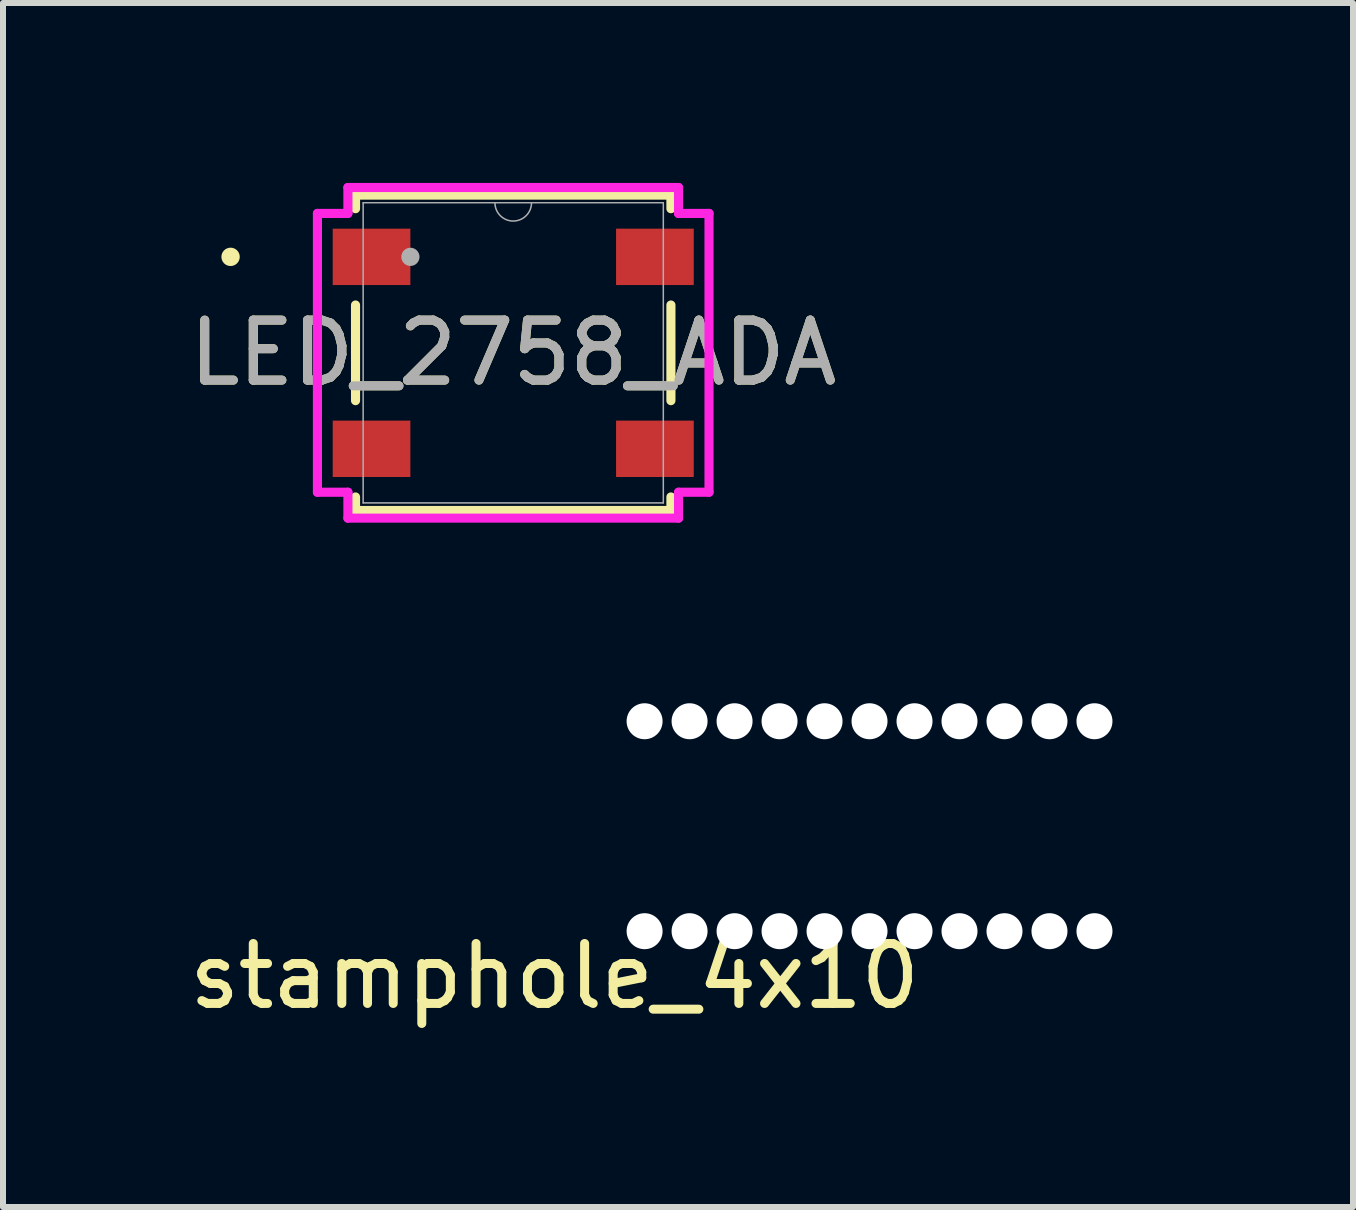
<source format=kicad_pcb>
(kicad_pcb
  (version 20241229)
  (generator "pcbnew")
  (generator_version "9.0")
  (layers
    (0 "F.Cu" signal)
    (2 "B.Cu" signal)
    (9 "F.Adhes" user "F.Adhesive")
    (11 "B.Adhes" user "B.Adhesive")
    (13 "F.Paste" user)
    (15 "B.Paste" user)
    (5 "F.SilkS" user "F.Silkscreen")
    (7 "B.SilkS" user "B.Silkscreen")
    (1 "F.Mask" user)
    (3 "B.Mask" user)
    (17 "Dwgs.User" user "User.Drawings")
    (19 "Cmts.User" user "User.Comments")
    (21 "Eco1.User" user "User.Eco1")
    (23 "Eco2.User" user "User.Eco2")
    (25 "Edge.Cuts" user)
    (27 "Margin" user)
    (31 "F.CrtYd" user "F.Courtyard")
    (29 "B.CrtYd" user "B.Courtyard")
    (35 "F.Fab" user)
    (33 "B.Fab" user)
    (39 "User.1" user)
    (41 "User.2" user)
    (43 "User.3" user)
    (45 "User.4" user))
  (footprint "stamphole_4x10"
    (layer "F.Cu")
    (at 6.196 12.724)
    (property "Reference" "stamphole_4x10" (at 0 0.5 0) (layer "F.SilkS") (effects (font (size 1 1) (thickness 0.15))))
    (attr through_hole)
    (fp_line (start 0.25 -4) (end 10.25 -4) (stroke (width 0.12) (type solid)) (layer "Eco1.User"))
    (fp_line (start 0.25 0) (end 10.25 0) (stroke (width 0.12) (type solid)) (layer "Eco1.User"))
    (fp_line (start 7.25 0) (end 10.25 0) (stroke (width 0.12) (type solid)) (layer "Eco1.User"))
    (fp_arc (start 0.25 -4) (mid 2.25 -2) (end 0.25 0) (stroke (width 0.12) (type solid)) (layer "Eco1.User"))
    (fp_arc (start 10.25 0) (mid 8.25 -2) (end 10.25 -4) (stroke (width 0.12) (type solid)) (layer "Eco1.User"))
    (pad "" np_thru_hole circle (at 1.5 -3.75) (size 0.6 0.6) (drill 0.6) (layers "*.Cu" "*.Mask"))
    (pad "" np_thru_hole circle (at 1.5 -0.25) (size 0.6 0.6) (drill 0.6) (layers "*.Cu" "*.Mask"))
    (pad "" np_thru_hole circle (at 2.25 -3.75) (size 0.6 0.6) (drill 0.6) (layers "*.Cu" "*.Mask"))
    (pad "" np_thru_hole circle (at 2.25 -0.25) (size 0.6 0.6) (drill 0.6) (layers "*.Cu" "*.Mask"))
    (pad "" np_thru_hole circle (at 3 -3.75) (size 0.6 0.6) (drill 0.6) (layers "*.Cu" "*.Mask"))
    (pad "" np_thru_hole circle (at 3 -0.25) (size 0.6 0.6) (drill 0.6) (layers "*.Cu" "*.Mask"))
    (pad "" np_thru_hole circle (at 3.75 -3.75) (size 0.6 0.6) (drill 0.6) (layers "*.Cu" "*.Mask"))
    (pad "" np_thru_hole circle (at 3.75 -0.25) (size 0.6 0.6) (drill 0.6) (layers "*.Cu" "*.Mask"))
    (pad "" np_thru_hole circle (at 4.5 -3.75) (size 0.6 0.6) (drill 0.6) (layers "*.Cu" "*.Mask"))
    (pad "" np_thru_hole circle (at 4.5 -0.25) (size 0.6 0.6) (drill 0.6) (layers "*.Cu" "*.Mask"))
    (pad "" np_thru_hole circle (at 5.25 -3.75) (size 0.6 0.6) (drill 0.6) (layers "*.Cu" "*.Mask"))
    (pad "" np_thru_hole circle (at 5.25 -0.25) (size 0.6 0.6) (drill 0.6) (layers "*.Cu" "*.Mask"))
    (pad "" np_thru_hole circle (at 6 -3.75) (size 0.6 0.6) (drill 0.6) (layers "*.Cu" "*.Mask"))
    (pad "" np_thru_hole circle (at 6 -0.25) (size 0.6 0.6) (drill 0.6) (layers "*.Cu" "*.Mask"))
    (pad "" np_thru_hole circle (at 6.75 -3.75) (size 0.6 0.6) (drill 0.6) (layers "*.Cu" "*.Mask"))
    (pad "" np_thru_hole circle (at 6.75 -0.25) (size 0.6 0.6) (drill 0.6) (layers "*.Cu" "*.Mask"))
    (pad "" np_thru_hole circle (at 7.5 -3.75) (size 0.6 0.6) (drill 0.6) (layers "*.Cu" "*.Mask"))
    (pad "" np_thru_hole circle (at 7.5 -0.25) (size 0.6 0.6) (drill 0.6) (layers "*.Cu" "*.Mask"))
    (pad "" np_thru_hole circle (at 8.25 -3.75) (size 0.6 0.6) (drill 0.6) (layers "*.Cu" "*.Mask"))
    (pad "" np_thru_hole circle (at 8.25 -0.25) (size 0.6 0.6) (drill 0.6) (layers "*.Cu" "*.Mask"))
    (pad "" np_thru_hole circle (at 9 -3.75) (size 0.6 0.6) (drill 0.6) (layers "*.Cu" "*.Mask"))
    (pad "" np_thru_hole circle (at 9 -0.25) (size 0.6 0.6) (drill 0.6) (layers "*.Cu" "*.Mask")))
  (footprint "LED_2758_ADA"
    (layer "F.Cu")
    (at 5.506 2.832)
    (property "Reference" "LED_2758_ADA" (at 0 0 0) (unlocked yes) (layer "F.SilkS") (effects (font (size 1 1) (thickness 0.15))))
    (attr smd)
    (fp_line (start -2.629 -2.629) (end -2.629 -2.403) (stroke (width 0.152) (type solid)) (layer "F.SilkS"))
    (fp_line (start -2.629 -0.797) (end -2.629 0.797) (stroke (width 0.152) (type solid)) (layer "F.SilkS"))
    (fp_line (start -2.629 2.403) (end -2.629 2.629) (stroke (width 0.152) (type solid)) (layer "F.SilkS"))
    (fp_line (start -2.629 2.629) (end 2.629 2.629) (stroke (width 0.152) (type solid)) (layer "F.SilkS"))
    (fp_line (start 2.629 -2.629) (end -2.629 -2.629) (stroke (width 0.152) (type solid)) (layer "F.SilkS"))
    (fp_line (start 2.629 -2.403) (end 2.629 -2.629) (stroke (width 0.152) (type solid)) (layer "F.SilkS"))
    (fp_line (start 2.629 0.797) (end 2.629 -0.797) (stroke (width 0.152) (type solid)) (layer "F.SilkS"))
    (fp_line (start 2.629 2.629) (end 2.629 2.403) (stroke (width 0.152) (type solid)) (layer "F.SilkS"))
    (fp_circle (center -4.712 -1.6) (end -4.635 -1.6) (stroke (width 0.152) (type solid)) (fill no) (layer "F.SilkS"))
    (fp_line (start -3.264 -2.324) (end -2.756 -2.324) (stroke (width 0.152) (type solid)) (layer "F.CrtYd"))
    (fp_line (start -3.264 2.324) (end -3.264 -2.324) (stroke (width 0.152) (type solid)) (layer "F.CrtYd"))
    (fp_line (start -3.264 2.324) (end -2.756 2.324) (stroke (width 0.152) (type solid)) (layer "F.CrtYd"))
    (fp_line (start -2.756 -2.756) (end 2.756 -2.756) (stroke (width 0.152) (type solid)) (layer "F.CrtYd"))
    (fp_line (start -2.756 -2.324) (end -2.756 -2.756) (stroke (width 0.152) (type solid)) (layer "F.CrtYd"))
    (fp_line (start -2.756 2.756) (end -2.756 2.324) (stroke (width 0.152) (type solid)) (layer "F.CrtYd"))
    (fp_line (start 2.756 -2.756) (end 2.756 -2.324) (stroke (width 0.152) (type solid)) (layer "F.CrtYd"))
    (fp_line (start 2.756 2.324) (end 2.756 2.756) (stroke (width 0.152) (type solid)) (layer "F.CrtYd"))
    (fp_line (start 2.756 2.756) (end -2.756 2.756) (stroke (width 0.152) (type solid)) (layer "F.CrtYd"))
    (fp_line (start 3.264 -2.324) (end 2.756 -2.324) (stroke (width 0.152) (type solid)) (layer "F.CrtYd"))
    (fp_line (start 3.264 -2.324) (end 3.264 2.324) (stroke (width 0.152) (type solid)) (layer "F.CrtYd"))
    (fp_line (start 3.264 2.324) (end 2.756 2.324) (stroke (width 0.152) (type solid)) (layer "F.CrtYd"))
    (fp_line (start -2.502 -2.502) (end -2.502 2.502) (stroke (width 0.025) (type solid)) (layer "F.Fab"))
    (fp_line (start -2.502 2.502) (end 2.502 2.502) (stroke (width 0.025) (type solid)) (layer "F.Fab"))
    (fp_line (start 2.502 -2.502) (end -2.502 -2.502) (stroke (width 0.025) (type solid)) (layer "F.Fab"))
    (fp_line (start 2.502 2.502) (end 2.502 -2.502) (stroke (width 0.025) (type solid)) (layer "F.Fab"))
    (fp_arc (start 0.3048 -2.5019) (mid 0 -2.1971) (end -0.3048 -2.5019) (stroke (width 0.0254) (type solid)) (layer "F.Fab"))
    (fp_circle (center -1.714 -1.6) (end -1.714 -1.6) (stroke (width 0.152) (type solid)) (fill no) (layer "F.Fab"))
    (fp_text user "${REFERENCE}" (at 0 0 0) (unlocked yes) (layer "F.Fab") (effects (font (size 1 1) (thickness 0.15))))
    (pad "1" smd rect (at -2.362 -1.6) (size 1.295 0.94) (layers "F.Cu" "F.Mask" "F.Paste"))
    (pad "2" smd rect (at -2.362 1.6) (size 1.295 0.94) (layers "F.Cu" "F.Mask" "F.Paste"))
    (pad "3" smd rect (at 2.362 1.6) (size 1.295 0.94) (layers "F.Cu" "F.Mask" "F.Paste"))
    (pad "4" smd rect (at 2.362 -1.6) (size 1.295 0.94) (layers "F.Cu" "F.Mask" "F.Paste")))
  (gr_rect
    (start -3 -3)
    (end 19.506 17.072)
    (stroke (width 0.1) (type default))
    (fill no)
    (layer "Edge.Cuts")))
</source>
